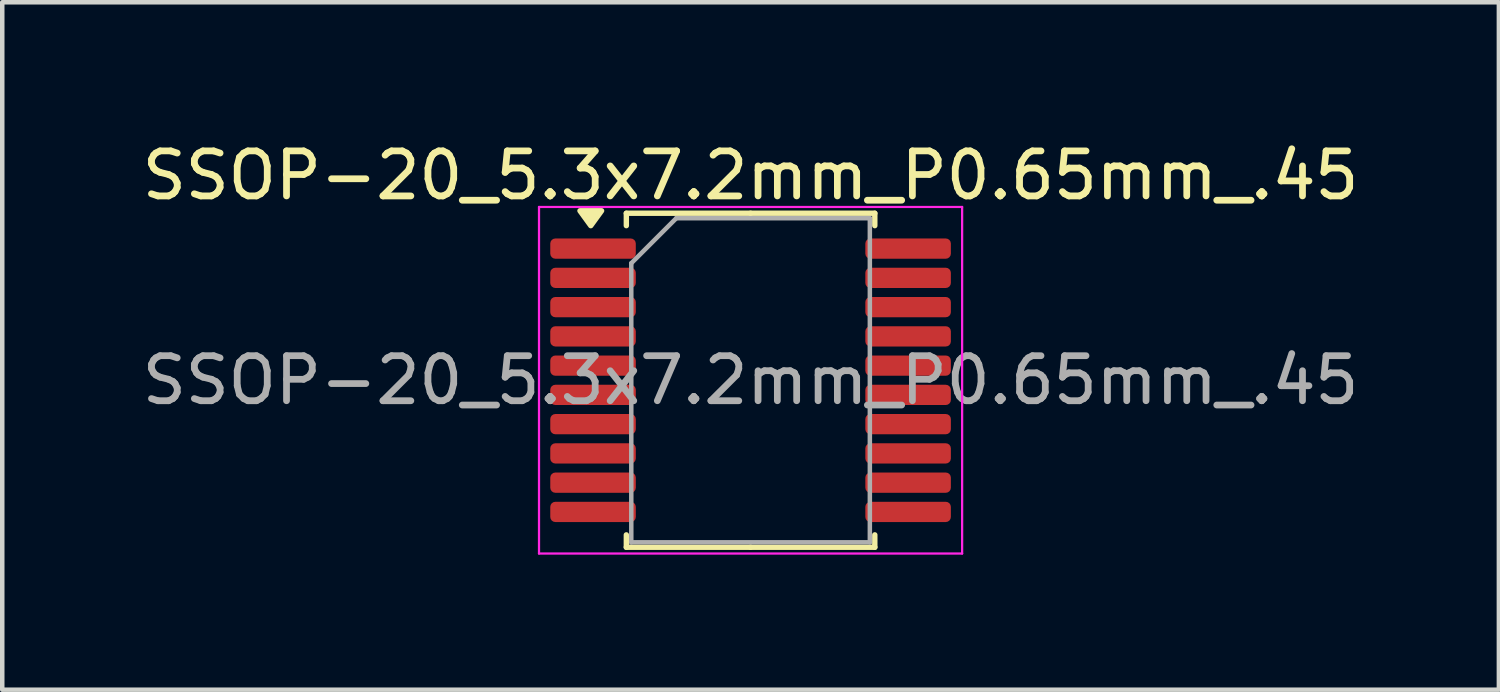
<source format=kicad_pcb>
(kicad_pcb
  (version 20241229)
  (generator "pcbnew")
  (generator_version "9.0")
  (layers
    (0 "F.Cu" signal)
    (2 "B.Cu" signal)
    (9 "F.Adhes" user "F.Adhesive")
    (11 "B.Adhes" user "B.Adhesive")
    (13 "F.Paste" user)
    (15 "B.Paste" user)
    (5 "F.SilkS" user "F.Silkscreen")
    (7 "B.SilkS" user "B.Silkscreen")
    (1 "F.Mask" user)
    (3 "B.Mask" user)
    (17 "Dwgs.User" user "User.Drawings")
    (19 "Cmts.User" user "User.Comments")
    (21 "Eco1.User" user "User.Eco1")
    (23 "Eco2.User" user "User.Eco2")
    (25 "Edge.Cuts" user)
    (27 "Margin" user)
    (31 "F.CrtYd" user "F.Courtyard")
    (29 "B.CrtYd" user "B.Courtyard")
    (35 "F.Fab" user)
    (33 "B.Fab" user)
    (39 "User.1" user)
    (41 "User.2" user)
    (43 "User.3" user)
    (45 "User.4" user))
  (footprint "SSOP-20_5.3x7.2mm_P0.65mm_.45"
    (layer "F.Cu")
    (at 13.625 5.398)
    (property "Reference" "SSOP-20_5.3x7.2mm_P0.65mm_.45" (at 0 -4.55 0) (layer "F.SilkS") (effects (font (size 1 1) (thickness 0.15))))
    (attr smd)
    (fp_line (start -2.76 -3.71) (end -2.76 -3.435) (stroke (width 0.12) (type solid)) (layer "F.SilkS"))
    (fp_line (start -2.76 3.71) (end -2.76 3.435) (stroke (width 0.12) (type solid)) (layer "F.SilkS"))
    (fp_line (start 0 -3.71) (end -2.76 -3.71) (stroke (width 0.12) (type solid)) (layer "F.SilkS"))
    (fp_line (start 0 -3.71) (end 2.76 -3.71) (stroke (width 0.12) (type solid)) (layer "F.SilkS"))
    (fp_line (start 0 3.71) (end -2.76 3.71) (stroke (width 0.12) (type solid)) (layer "F.SilkS"))
    (fp_line (start 0 3.71) (end 2.76 3.71) (stroke (width 0.12) (type solid)) (layer "F.SilkS"))
    (fp_line (start 2.76 -3.71) (end 2.76 -3.435) (stroke (width 0.12) (type solid)) (layer "F.SilkS"))
    (fp_line (start 2.76 3.71) (end 2.76 3.435) (stroke (width 0.12) (type solid)) (layer "F.SilkS"))
    (fp_poly (pts (xy -3.55 -3.435) (xy -3.79 -3.765) (xy -3.31 -3.765) (xy -3.55 -3.435)) (stroke (width 0.12) (type solid)) (fill yes) (layer "F.SilkS"))
    (fp_line (start -4.7 -3.85) (end -4.7 3.85) (stroke (width 0.05) (type solid)) (layer "F.CrtYd"))
    (fp_line (start -4.7 3.85) (end 4.7 3.85) (stroke (width 0.05) (type solid)) (layer "F.CrtYd"))
    (fp_line (start 4.7 -3.85) (end -4.7 -3.85) (stroke (width 0.05) (type solid)) (layer "F.CrtYd"))
    (fp_line (start 4.7 3.85) (end 4.7 -3.85) (stroke (width 0.05) (type solid)) (layer "F.CrtYd"))
    (fp_line (start -2.65 -2.6) (end -1.65 -3.6) (stroke (width 0.1) (type solid)) (layer "F.Fab"))
    (fp_line (start -2.65 3.6) (end -2.65 -2.6) (stroke (width 0.1) (type solid)) (layer "F.Fab"))
    (fp_line (start -1.65 -3.6) (end 2.65 -3.6) (stroke (width 0.1) (type solid)) (layer "F.Fab"))
    (fp_line (start 2.65 -3.6) (end 2.65 3.6) (stroke (width 0.1) (type solid)) (layer "F.Fab"))
    (fp_line (start 2.65 3.6) (end -2.65 3.6) (stroke (width 0.1) (type solid)) (layer "F.Fab"))
    (fp_text user "${REFERENCE}" (at 0 0 0) (layer "F.Fab") (effects (font (size 1 1) (thickness 0.15))))
    (pad "1" smd roundrect (at -3.5 -2.925) (size 1.9 0.45) (layers "F.Cu" "F.Mask" "F.Paste") (roundrect_rratio 0.25))
    (pad "2" smd roundrect (at -3.5 -2.275) (size 1.9 0.45) (layers "F.Cu" "F.Mask" "F.Paste") (roundrect_rratio 0.25))
    (pad "3" smd roundrect (at -3.5 -1.625) (size 1.9 0.45) (layers "F.Cu" "F.Mask" "F.Paste") (roundrect_rratio 0.25))
    (pad "4" smd roundrect (at -3.5 -0.975) (size 1.9 0.45) (layers "F.Cu" "F.Mask" "F.Paste") (roundrect_rratio 0.25))
    (pad "5" smd roundrect (at -3.5 -0.325) (size 1.9 0.45) (layers "F.Cu" "F.Mask" "F.Paste") (roundrect_rratio 0.25))
    (pad "6" smd roundrect (at -3.5 0.325) (size 1.9 0.45) (layers "F.Cu" "F.Mask" "F.Paste") (roundrect_rratio 0.25))
    (pad "7" smd roundrect (at -3.5 0.975) (size 1.9 0.45) (layers "F.Cu" "F.Mask" "F.Paste") (roundrect_rratio 0.25))
    (pad "8" smd roundrect (at -3.5 1.625) (size 1.9 0.45) (layers "F.Cu" "F.Mask" "F.Paste") (roundrect_rratio 0.25))
    (pad "9" smd roundrect (at -3.5 2.275) (size 1.9 0.45) (layers "F.Cu" "F.Mask" "F.Paste") (roundrect_rratio 0.25))
    (pad "10" smd roundrect (at -3.5 2.925) (size 1.9 0.45) (layers "F.Cu" "F.Mask" "F.Paste") (roundrect_rratio 0.25))
    (pad "11" smd roundrect (at 3.5 2.925) (size 1.9 0.45) (layers "F.Cu" "F.Mask" "F.Paste") (roundrect_rratio 0.25))
    (pad "12" smd roundrect (at 3.5 2.275) (size 1.9 0.45) (layers "F.Cu" "F.Mask" "F.Paste") (roundrect_rratio 0.25))
    (pad "13" smd roundrect (at 3.5 1.625) (size 1.9 0.45) (layers "F.Cu" "F.Mask" "F.Paste") (roundrect_rratio 0.25))
    (pad "14" smd roundrect (at 3.5 0.975) (size 1.9 0.45) (layers "F.Cu" "F.Mask" "F.Paste") (roundrect_rratio 0.25))
    (pad "15" smd roundrect (at 3.5 0.325) (size 1.9 0.45) (layers "F.Cu" "F.Mask" "F.Paste") (roundrect_rratio 0.25))
    (pad "16" smd roundrect (at 3.5 -0.325) (size 1.9 0.45) (layers "F.Cu" "F.Mask" "F.Paste") (roundrect_rratio 0.25))
    (pad "17" smd roundrect (at 3.5 -0.975) (size 1.9 0.45) (layers "F.Cu" "F.Mask" "F.Paste") (roundrect_rratio 0.25))
    (pad "18" smd roundrect (at 3.5 -1.625) (size 1.9 0.45) (layers "F.Cu" "F.Mask" "F.Paste") (roundrect_rratio 0.25))
    (pad "19" smd roundrect (at 3.5 -2.275) (size 1.9 0.45) (layers "F.Cu" "F.Mask" "F.Paste") (roundrect_rratio 0.25))
    (pad "20" smd roundrect (at 3.5 -2.925) (size 1.9 0.45) (layers "F.Cu" "F.Mask" "F.Paste") (roundrect_rratio 0.25)))
  (gr_rect
    (start -3 -3)
    (end 30.25 12.273)
    (stroke (width 0.1) (type default))
    (fill no)
    (layer "Edge.Cuts")))
</source>
